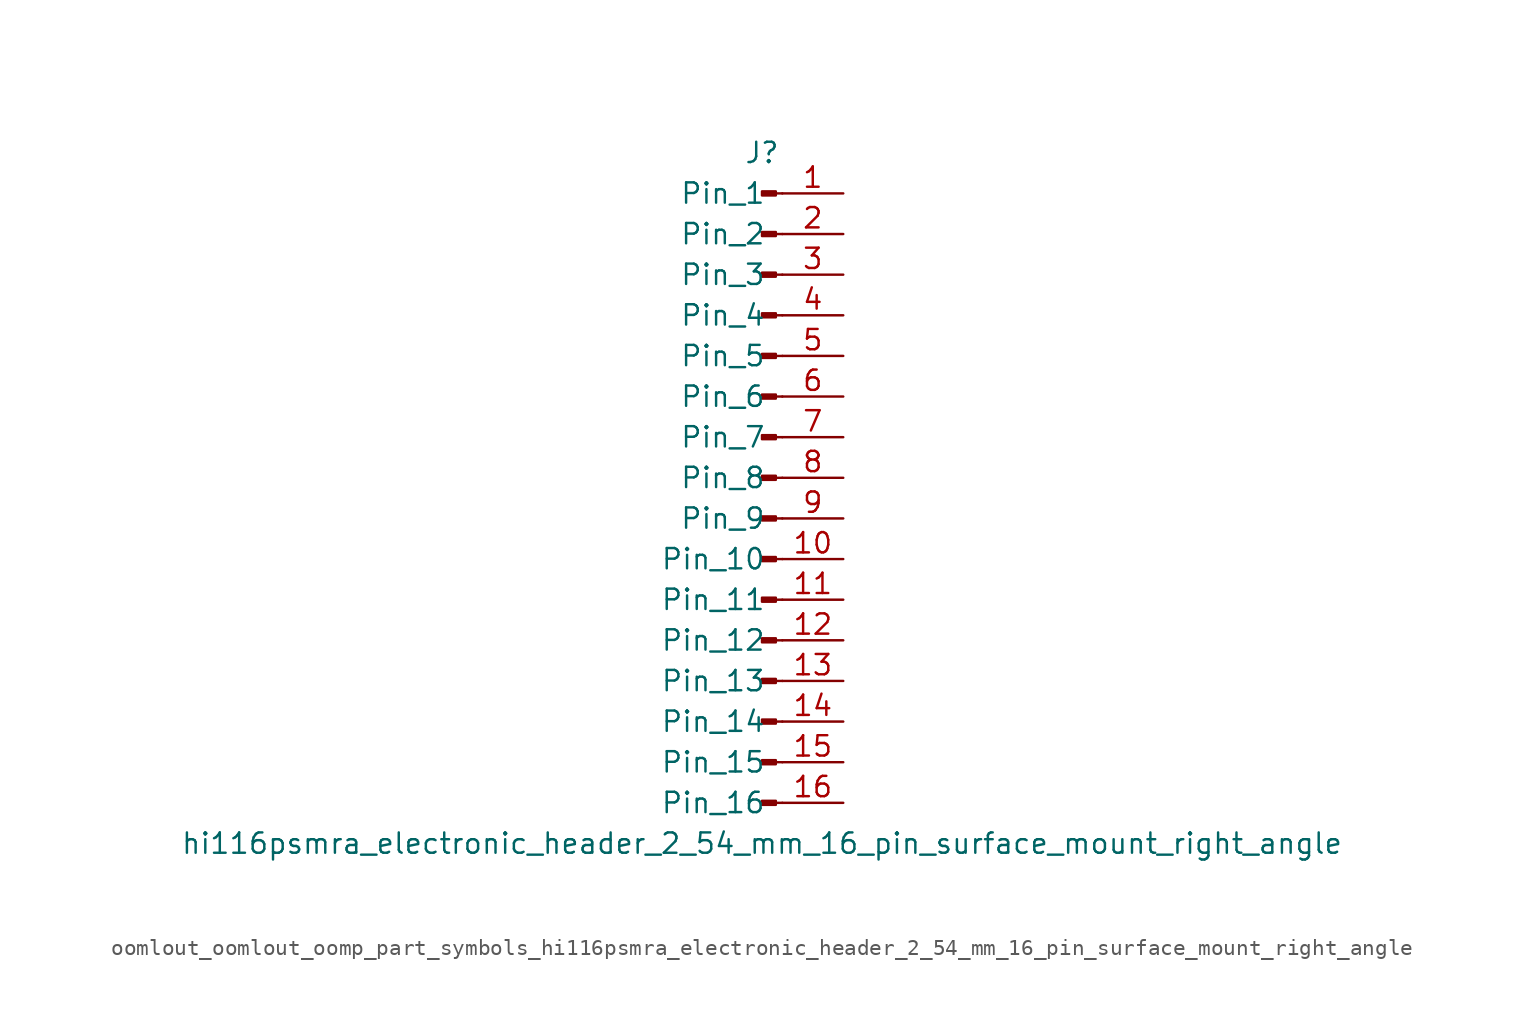
<source format=kicad_sym>
(kicad_symbol_lib
  (version 20220914)
  (generator kicad_symbol_editor)
  (symbol "oomlout_oomlout_oomp_part_symbols_hi116psmra_electronic_header_2_54_mm_16_pin_surface_mount_right_angle"
    (pin_names
      (offset 1.016))
    (property "Reference" "J"
      (at 0 20.32 0)
      (effects (font (size 1.27 1.27))))
    (property "Value" "hi116psmra_electronic_header_2_54_mm_16_pin_surface_mount_right_angle"
      (at 0 -22.86 0)
      (effects (font (size 1.27 1.27))))
    (property "ki_locked" ""
      (at 0 0 0)
      (effects (font (size 1.27 1.27))))
    (symbol "oomlout_oomlout_oomp_part_symbols_hi116psmra_electronic_header_2_54_mm_16_pin_surface_mount_right_angle_1_1"
      (polyline (pts (xy 1.27 -20.32) (xy 0.864 -20.32)) (stroke (width 0.152) (type default)) (fill (type none)))
      (polyline (pts (xy 1.27 -17.78) (xy 0.864 -17.78)) (stroke (width 0.152) (type default)) (fill (type none)))
      (polyline (pts (xy 1.27 -15.24) (xy 0.864 -15.24)) (stroke (width 0.152) (type default)) (fill (type none)))
      (polyline (pts (xy 1.27 -12.7) (xy 0.864 -12.7)) (stroke (width 0.152) (type default)) (fill (type none)))
      (polyline (pts (xy 1.27 -10.16) (xy 0.864 -10.16)) (stroke (width 0.152) (type default)) (fill (type none)))
      (polyline (pts (xy 1.27 -7.62) (xy 0.864 -7.62)) (stroke (width 0.152) (type default)) (fill (type none)))
      (polyline (pts (xy 1.27 -5.08) (xy 0.864 -5.08)) (stroke (width 0.152) (type default)) (fill (type none)))
      (polyline (pts (xy 1.27 -2.54) (xy 0.864 -2.54)) (stroke (width 0.152) (type default)) (fill (type none)))
      (polyline (pts (xy 1.27 0) (xy 0.864 0)) (stroke (width 0.152) (type default)) (fill (type none)))
      (polyline (pts (xy 1.27 2.54) (xy 0.864 2.54)) (stroke (width 0.152) (type default)) (fill (type none)))
      (polyline (pts (xy 1.27 5.08) (xy 0.864 5.08)) (stroke (width 0.152) (type default)) (fill (type none)))
      (polyline (pts (xy 1.27 7.62) (xy 0.864 7.62)) (stroke (width 0.152) (type default)) (fill (type none)))
      (polyline (pts (xy 1.27 10.16) (xy 0.864 10.16)) (stroke (width 0.152) (type default)) (fill (type none)))
      (polyline (pts (xy 1.27 12.7) (xy 0.864 12.7)) (stroke (width 0.152) (type default)) (fill (type none)))
      (polyline (pts (xy 1.27 15.24) (xy 0.864 15.24)) (stroke (width 0.152) (type default)) (fill (type none)))
      (polyline (pts (xy 1.27 17.78) (xy 0.864 17.78)) (stroke (width 0.152) (type default)) (fill (type none)))
      (rectangle (start 0.864 -20.193) (end 0 -20.447) (stroke (width 0.152) (type default)) (fill (type outline)))
      (rectangle (start 0.864 -17.653) (end 0 -17.907) (stroke (width 0.152) (type default)) (fill (type outline)))
      (rectangle (start 0.864 -15.113) (end 0 -15.367) (stroke (width 0.152) (type default)) (fill (type outline)))
      (rectangle (start 0.864 -12.573) (end 0 -12.827) (stroke (width 0.152) (type default)) (fill (type outline)))
      (rectangle (start 0.864 -10.033) (end 0 -10.287) (stroke (width 0.152) (type default)) (fill (type outline)))
      (rectangle (start 0.864 -7.493) (end 0 -7.747) (stroke (width 0.152) (type default)) (fill (type outline)))
      (rectangle (start 0.864 -4.953) (end 0 -5.207) (stroke (width 0.152) (type default)) (fill (type outline)))
      (rectangle (start 0.864 -2.413) (end 0 -2.667) (stroke (width 0.152) (type default)) (fill (type outline)))
      (rectangle (start 0.864 0.127) (end 0 -0.127) (stroke (width 0.152) (type default)) (fill (type outline)))
      (rectangle (start 0.864 2.667) (end 0 2.413) (stroke (width 0.152) (type default)) (fill (type outline)))
      (rectangle (start 0.864 5.207) (end 0 4.953) (stroke (width 0.152) (type default)) (fill (type outline)))
      (rectangle (start 0.864 7.747) (end 0 7.493) (stroke (width 0.152) (type default)) (fill (type outline)))
      (rectangle (start 0.864 10.287) (end 0 10.033) (stroke (width 0.152) (type default)) (fill (type outline)))
      (rectangle (start 0.864 12.827) (end 0 12.573) (stroke (width 0.152) (type default)) (fill (type outline)))
      (rectangle (start 0.864 15.367) (end 0 15.113) (stroke (width 0.152) (type default)) (fill (type outline)))
      (rectangle (start 0.864 17.907) (end 0 17.653) (stroke (width 0.152) (type default)) (fill (type outline)))
      (pin passive line (at 5.08 17.78 180) (length 3.81) (name "Pin_1" (effects (font (size 1.27 1.27)))) (number "1" (effects (font (size 1.27 1.27)))))
      (pin passive line (at 5.08 -5.08 180) (length 3.81) (name "Pin_10" (effects (font (size 1.27 1.27)))) (number "10" (effects (font (size 1.27 1.27)))))
      (pin passive line (at 5.08 -7.62 180) (length 3.81) (name "Pin_11" (effects (font (size 1.27 1.27)))) (number "11" (effects (font (size 1.27 1.27)))))
      (pin passive line (at 5.08 -10.16 180) (length 3.81) (name "Pin_12" (effects (font (size 1.27 1.27)))) (number "12" (effects (font (size 1.27 1.27)))))
      (pin passive line (at 5.08 -12.7 180) (length 3.81) (name "Pin_13" (effects (font (size 1.27 1.27)))) (number "13" (effects (font (size 1.27 1.27)))))
      (pin passive line (at 5.08 -15.24 180) (length 3.81) (name "Pin_14" (effects (font (size 1.27 1.27)))) (number "14" (effects (font (size 1.27 1.27)))))
      (pin passive line (at 5.08 -17.78 180) (length 3.81) (name "Pin_15" (effects (font (size 1.27 1.27)))) (number "15" (effects (font (size 1.27 1.27)))))
      (pin passive line (at 5.08 -20.32 180) (length 3.81) (name "Pin_16" (effects (font (size 1.27 1.27)))) (number "16" (effects (font (size 1.27 1.27)))))
      (pin passive line (at 5.08 15.24 180) (length 3.81) (name "Pin_2" (effects (font (size 1.27 1.27)))) (number "2" (effects (font (size 1.27 1.27)))))
      (pin passive line (at 5.08 12.7 180) (length 3.81) (name "Pin_3" (effects (font (size 1.27 1.27)))) (number "3" (effects (font (size 1.27 1.27)))))
      (pin passive line (at 5.08 10.16 180) (length 3.81) (name "Pin_4" (effects (font (size 1.27 1.27)))) (number "4" (effects (font (size 1.27 1.27)))))
      (pin passive line (at 5.08 7.62 180) (length 3.81) (name "Pin_5" (effects (font (size 1.27 1.27)))) (number "5" (effects (font (size 1.27 1.27)))))
      (pin passive line (at 5.08 5.08 180) (length 3.81) (name "Pin_6" (effects (font (size 1.27 1.27)))) (number "6" (effects (font (size 1.27 1.27)))))
      (pin passive line (at 5.08 2.54 180) (length 3.81) (name "Pin_7" (effects (font (size 1.27 1.27)))) (number "7" (effects (font (size 1.27 1.27)))))
      (pin passive line (at 5.08 0 180) (length 3.81) (name "Pin_8" (effects (font (size 1.27 1.27)))) (number "8" (effects (font (size 1.27 1.27)))))
      (pin passive line (at 5.08 -2.54 180) (length 3.81) (name "Pin_9" (effects (font (size 1.27 1.27)))) (number "9" (effects (font (size 1.27 1.27))))))))
</source>
